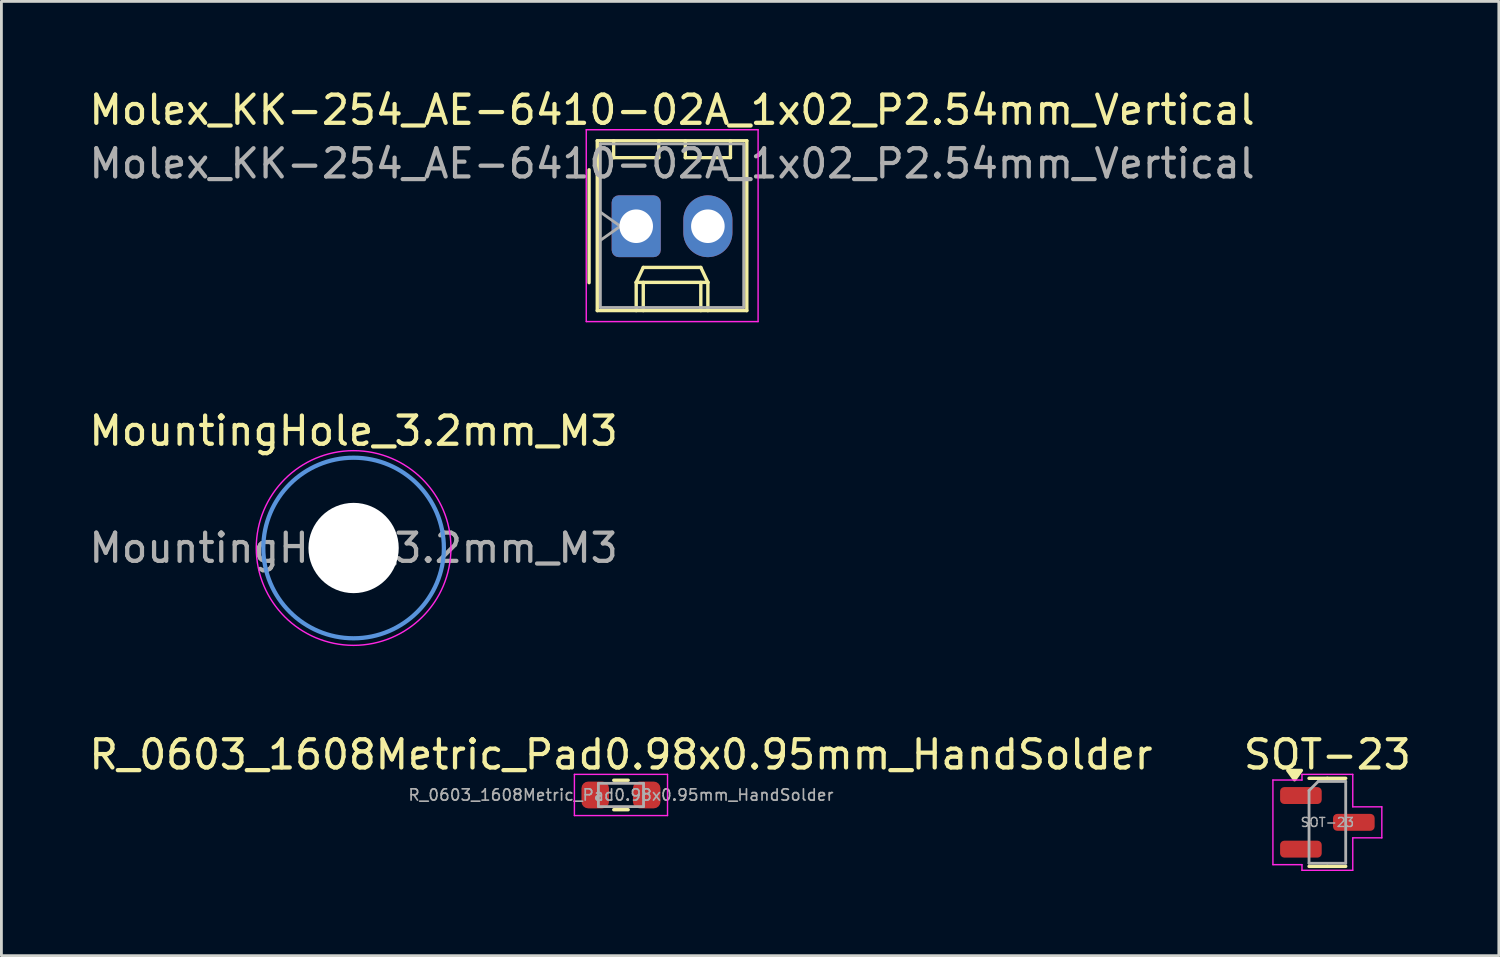
<source format=kicad_pcb>
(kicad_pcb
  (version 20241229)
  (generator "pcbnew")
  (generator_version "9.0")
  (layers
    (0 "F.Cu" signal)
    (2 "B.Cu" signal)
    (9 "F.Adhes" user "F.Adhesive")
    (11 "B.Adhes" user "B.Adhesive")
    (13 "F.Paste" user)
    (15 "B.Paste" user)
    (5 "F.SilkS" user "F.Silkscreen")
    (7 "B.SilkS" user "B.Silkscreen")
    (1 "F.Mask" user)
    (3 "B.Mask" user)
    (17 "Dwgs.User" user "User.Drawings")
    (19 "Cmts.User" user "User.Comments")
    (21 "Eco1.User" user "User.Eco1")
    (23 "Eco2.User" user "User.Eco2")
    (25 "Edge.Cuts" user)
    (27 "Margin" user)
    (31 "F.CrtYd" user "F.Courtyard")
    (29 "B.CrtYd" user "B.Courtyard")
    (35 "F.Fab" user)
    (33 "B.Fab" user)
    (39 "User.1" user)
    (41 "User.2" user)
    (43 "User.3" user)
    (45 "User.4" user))
  (footprint "SOT-23"
    (layer "F.Cu")
    (at 43.994 26.095)
    (property "Reference" "SOT-23" (at 0 -2.4 0) (layer "F.SilkS") (effects (font (size 1 1) (thickness 0.15))))
    (attr smd)
    (fp_line (start 0 -1.56) (end -0.65 -1.56) (stroke (width 0.12) (type solid)) (layer "F.SilkS"))
    (fp_line (start 0 -1.56) (end 0.65 -1.56) (stroke (width 0.12) (type solid)) (layer "F.SilkS"))
    (fp_line (start 0 1.56) (end -0.65 1.56) (stroke (width 0.12) (type solid)) (layer "F.SilkS"))
    (fp_line (start 0 1.56) (end 0.65 1.56) (stroke (width 0.12) (type solid)) (layer "F.SilkS"))
    (fp_poly (pts (xy -1.163 -1.51) (xy -1.403 -1.84) (xy -0.922 -1.84)) (stroke (width 0.12) (type solid)) (fill yes) (layer "F.SilkS"))
    (fp_line (start -1.93 -1.5) (end -0.9 -1.5) (stroke (width 0.05) (type solid)) (layer "F.CrtYd"))
    (fp_line (start -1.93 1.5) (end -1.93 -1.5) (stroke (width 0.05) (type solid)) (layer "F.CrtYd"))
    (fp_line (start -0.9 -1.7) (end 0.9 -1.7) (stroke (width 0.05) (type solid)) (layer "F.CrtYd"))
    (fp_line (start -0.9 -1.5) (end -0.9 -1.7) (stroke (width 0.05) (type solid)) (layer "F.CrtYd"))
    (fp_line (start -0.9 1.5) (end -1.93 1.5) (stroke (width 0.05) (type solid)) (layer "F.CrtYd"))
    (fp_line (start -0.9 1.7) (end -0.9 1.5) (stroke (width 0.05) (type solid)) (layer "F.CrtYd"))
    (fp_line (start 0.9 -1.7) (end 0.9 -0.55) (stroke (width 0.05) (type solid)) (layer "F.CrtYd"))
    (fp_line (start 0.9 -0.55) (end 1.93 -0.55) (stroke (width 0.05) (type solid)) (layer "F.CrtYd"))
    (fp_line (start 0.9 0.55) (end 0.9 1.7) (stroke (width 0.05) (type solid)) (layer "F.CrtYd"))
    (fp_line (start 0.9 1.7) (end -0.9 1.7) (stroke (width 0.05) (type solid)) (layer "F.CrtYd"))
    (fp_line (start 1.93 -0.55) (end 1.93 0.55) (stroke (width 0.05) (type solid)) (layer "F.CrtYd"))
    (fp_line (start 1.93 0.55) (end 0.9 0.55) (stroke (width 0.05) (type solid)) (layer "F.CrtYd"))
    (fp_line (start -0.65 -1.125) (end -0.325 -1.45) (stroke (width 0.1) (type solid)) (layer "F.Fab"))
    (fp_line (start -0.65 1.45) (end -0.65 -1.125) (stroke (width 0.1) (type solid)) (layer "F.Fab"))
    (fp_line (start -0.325 -1.45) (end 0.65 -1.45) (stroke (width 0.1) (type solid)) (layer "F.Fab"))
    (fp_line (start 0.65 -1.45) (end 0.65 1.45) (stroke (width 0.1) (type solid)) (layer "F.Fab"))
    (fp_line (start 0.65 1.45) (end -0.65 1.45) (stroke (width 0.1) (type solid)) (layer "F.Fab"))
    (fp_text user "${REFERENCE}" (at 0 0 0) (layer "F.Fab") (effects (font (size 0.32 0.32) (thickness 0.05))))
    (pad "1" smd roundrect (at -0.938 -0.95) (size 1.475 0.6) (layers "F.Cu" "F.Mask" "F.Paste") (roundrect_rratio 0.25))
    (pad "2" smd roundrect (at -0.938 0.95) (size 1.475 0.6) (layers "F.Cu" "F.Mask" "F.Paste") (roundrect_rratio 0.25))
    (pad "3" smd roundrect (at 0.938 0) (size 1.475 0.6) (layers "F.Cu" "F.Mask" "F.Paste") (roundrect_rratio 0.25)))
  (footprint "MountingHole_3.2mm_M3"
    (layer "F.Cu")
    (at 9.482 16.372)
    (property "Reference" "MountingHole_3.2mm_M3" (at 0 -4.15 0) (layer "F.SilkS") (effects (font (size 1 1) (thickness 0.15))))
    (attr exclude_from_pos_files exclude_from_bom)
    (fp_circle (center 0 0) (end 3.2 0) (stroke (width 0.15) (type solid)) (fill no) (layer "Cmts.User"))
    (fp_circle (center 0 0) (end 3.45 0) (stroke (width 0.05) (type solid)) (fill no) (layer "F.CrtYd"))
    (fp_text user "${REFERENCE}" (at 0 0 0) (layer "F.Fab") (effects (font (size 1 1) (thickness 0.15))))
    (pad "" np_thru_hole circle (at 0 0) (size 3.2 3.2) (drill 3.2) (layers "*.Cu" "*.Mask")))
  (footprint "Molex_KK-254_AE-6410-02A_1x02_P2.54mm_Vertical"
    (layer "F.Cu")
    (at 19.498 4.968)
    (property "Reference" "Molex_KK-254_AE-6410-02A_1x02_P2.54mm_Vertical" (at 1.27 -4.12 0) (layer "F.SilkS") (effects (font (size 1 1) (thickness 0.15))))
    (attr through_hole)
    (fp_line (start -1.67 -2) (end -1.67 2) (stroke (width 0.12) (type solid)) (layer "F.SilkS"))
    (fp_line (start -1.38 -3.03) (end -1.38 2.99) (stroke (width 0.12) (type solid)) (layer "F.SilkS"))
    (fp_line (start -1.38 2.99) (end 3.92 2.99) (stroke (width 0.12) (type solid)) (layer "F.SilkS"))
    (fp_line (start -0.8 -3.03) (end -0.8 -2.43) (stroke (width 0.12) (type solid)) (layer "F.SilkS"))
    (fp_line (start -0.8 -2.43) (end 0.8 -2.43) (stroke (width 0.12) (type solid)) (layer "F.SilkS"))
    (fp_line (start 0 1.99) (end 0.25 1.46) (stroke (width 0.12) (type solid)) (layer "F.SilkS"))
    (fp_line (start 0 1.99) (end 2.54 1.99) (stroke (width 0.12) (type solid)) (layer "F.SilkS"))
    (fp_line (start 0 2.99) (end 0 1.99) (stroke (width 0.12) (type solid)) (layer "F.SilkS"))
    (fp_line (start 0.25 1.46) (end 2.29 1.46) (stroke (width 0.12) (type solid)) (layer "F.SilkS"))
    (fp_line (start 0.25 2.99) (end 0.25 1.99) (stroke (width 0.12) (type solid)) (layer "F.SilkS"))
    (fp_line (start 0.8 -2.43) (end 0.8 -3.03) (stroke (width 0.12) (type solid)) (layer "F.SilkS"))
    (fp_line (start 1.74 -3.03) (end 1.74 -2.43) (stroke (width 0.12) (type solid)) (layer "F.SilkS"))
    (fp_line (start 1.74 -2.43) (end 3.34 -2.43) (stroke (width 0.12) (type solid)) (layer "F.SilkS"))
    (fp_line (start 2.29 1.46) (end 2.54 1.99) (stroke (width 0.12) (type solid)) (layer "F.SilkS"))
    (fp_line (start 2.29 2.99) (end 2.29 1.99) (stroke (width 0.12) (type solid)) (layer "F.SilkS"))
    (fp_line (start 2.54 1.99) (end 2.54 2.99) (stroke (width 0.12) (type solid)) (layer "F.SilkS"))
    (fp_line (start 3.34 -2.43) (end 3.34 -3.03) (stroke (width 0.12) (type solid)) (layer "F.SilkS"))
    (fp_line (start 3.92 -3.03) (end -1.38 -3.03) (stroke (width 0.12) (type solid)) (layer "F.SilkS"))
    (fp_line (start 3.92 2.99) (end 3.92 -3.03) (stroke (width 0.12) (type solid)) (layer "F.SilkS"))
    (fp_line (start -1.77 -3.42) (end -1.77 3.38) (stroke (width 0.05) (type solid)) (layer "F.CrtYd"))
    (fp_line (start -1.77 3.38) (end 4.32 3.38) (stroke (width 0.05) (type solid)) (layer "F.CrtYd"))
    (fp_line (start 4.32 -3.42) (end -1.77 -3.42) (stroke (width 0.05) (type solid)) (layer "F.CrtYd"))
    (fp_line (start 4.32 3.38) (end 4.32 -3.42) (stroke (width 0.05) (type solid)) (layer "F.CrtYd"))
    (fp_line (start -1.27 -2.92) (end -1.27 2.88) (stroke (width 0.1) (type solid)) (layer "F.Fab"))
    (fp_line (start -1.27 -0.5) (end -0.563 0) (stroke (width 0.1) (type solid)) (layer "F.Fab"))
    (fp_line (start -1.27 2.88) (end 3.81 2.88) (stroke (width 0.1) (type solid)) (layer "F.Fab"))
    (fp_line (start -0.563 0) (end -1.27 0.5) (stroke (width 0.1) (type solid)) (layer "F.Fab"))
    (fp_line (start 3.81 -2.92) (end -1.27 -2.92) (stroke (width 0.1) (type solid)) (layer "F.Fab"))
    (fp_line (start 3.81 2.88) (end 3.81 -2.92) (stroke (width 0.1) (type solid)) (layer "F.Fab"))
    (fp_text user "${REFERENCE}" (at 1.27 -2.22 0) (layer "F.Fab") (effects (font (size 1 1) (thickness 0.15))))
    (pad "1" thru_hole roundrect (at 0 0) (size 1.74 2.19) (drill 1.19) (layers "*.Cu" "*.Mask") (roundrect_rratio 0.144))
    (pad "2" thru_hole oval (at 2.54 0) (size 1.74 2.19) (drill 1.19) (layers "*.Cu" "*.Mask")))
  (footprint "R_0603_1608Metric_Pad0.98x0.95mm_HandSolder"
    (layer "F.Cu")
    (at 18.958 25.125)
    (property "Reference" "R_0603_1608Metric_Pad0.98x0.95mm_HandSolder" (at 0 -1.43 0) (layer "F.SilkS") (effects (font (size 1 1) (thickness 0.15))))
    (attr smd)
    (fp_line (start -0.255 -0.522) (end 0.255 -0.522) (stroke (width 0.12) (type solid)) (layer "F.SilkS"))
    (fp_line (start -0.255 0.522) (end 0.255 0.522) (stroke (width 0.12) (type solid)) (layer "F.SilkS"))
    (fp_line (start -1.65 -0.73) (end 1.65 -0.73) (stroke (width 0.05) (type solid)) (layer "F.CrtYd"))
    (fp_line (start -1.65 0.73) (end -1.65 -0.73) (stroke (width 0.05) (type solid)) (layer "F.CrtYd"))
    (fp_line (start 1.65 -0.73) (end 1.65 0.73) (stroke (width 0.05) (type solid)) (layer "F.CrtYd"))
    (fp_line (start 1.65 0.73) (end -1.65 0.73) (stroke (width 0.05) (type solid)) (layer "F.CrtYd"))
    (fp_line (start -0.8 -0.412) (end 0.8 -0.412) (stroke (width 0.1) (type solid)) (layer "F.Fab"))
    (fp_line (start -0.8 0.412) (end -0.8 -0.412) (stroke (width 0.1) (type solid)) (layer "F.Fab"))
    (fp_line (start 0.8 -0.412) (end 0.8 0.412) (stroke (width 0.1) (type solid)) (layer "F.Fab"))
    (fp_line (start 0.8 0.412) (end -0.8 0.412) (stroke (width 0.1) (type solid)) (layer "F.Fab"))
    (fp_text user "${REFERENCE}" (at 0 0 0) (layer "F.Fab") (effects (font (size 0.4 0.4) (thickness 0.06))))
    (pad "1" smd roundrect (at -0.912 0) (size 0.975 0.95) (layers "F.Cu" "F.Mask" "F.Paste") (roundrect_rratio 0.25))
    (pad "2" smd roundrect (at 0.912 0) (size 0.975 0.95) (layers "F.Cu" "F.Mask" "F.Paste") (roundrect_rratio 0.25)))
  (gr_rect
    (start -3 -3)
    (end 50.071 30.82)
    (stroke (width 0.1) (type default))
    (fill no)
    (layer "Edge.Cuts")))
</source>
